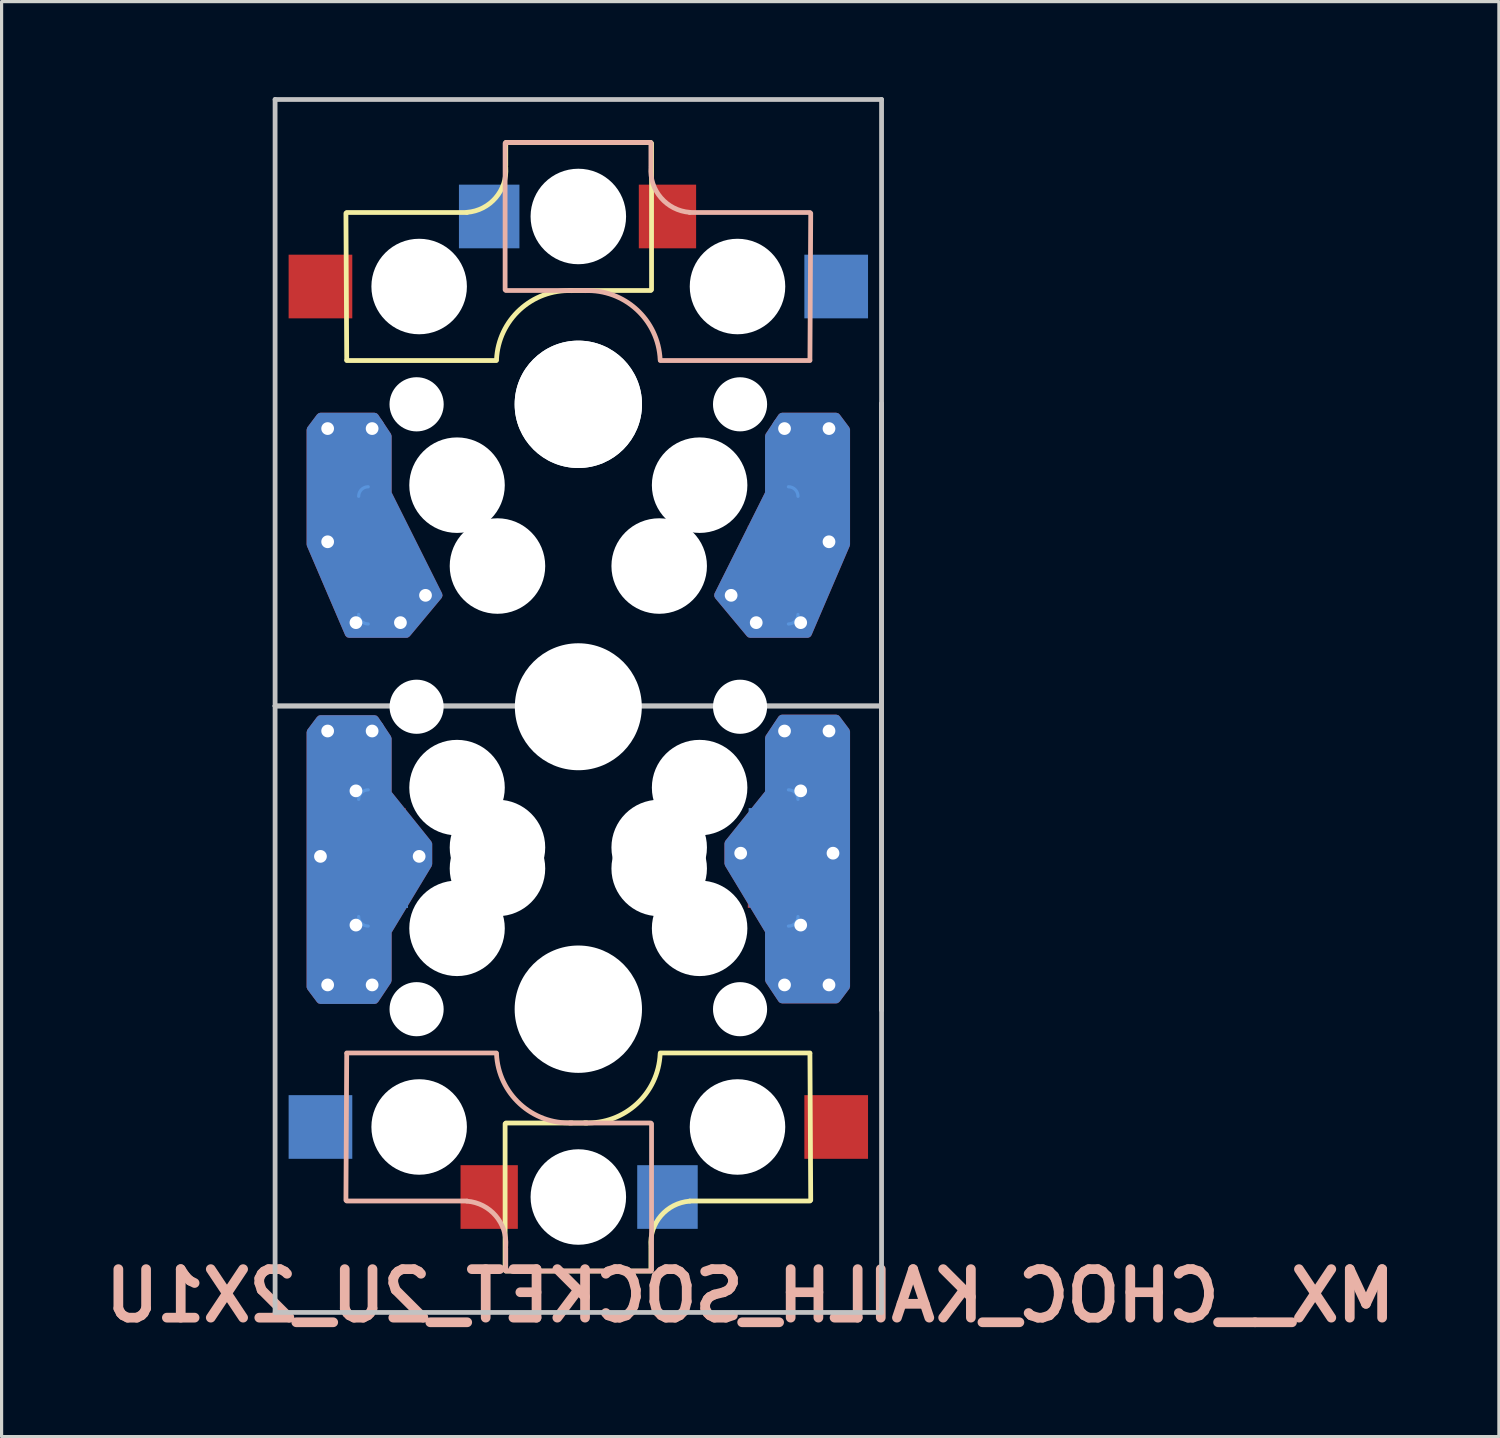
<source format=kicad_pcb>
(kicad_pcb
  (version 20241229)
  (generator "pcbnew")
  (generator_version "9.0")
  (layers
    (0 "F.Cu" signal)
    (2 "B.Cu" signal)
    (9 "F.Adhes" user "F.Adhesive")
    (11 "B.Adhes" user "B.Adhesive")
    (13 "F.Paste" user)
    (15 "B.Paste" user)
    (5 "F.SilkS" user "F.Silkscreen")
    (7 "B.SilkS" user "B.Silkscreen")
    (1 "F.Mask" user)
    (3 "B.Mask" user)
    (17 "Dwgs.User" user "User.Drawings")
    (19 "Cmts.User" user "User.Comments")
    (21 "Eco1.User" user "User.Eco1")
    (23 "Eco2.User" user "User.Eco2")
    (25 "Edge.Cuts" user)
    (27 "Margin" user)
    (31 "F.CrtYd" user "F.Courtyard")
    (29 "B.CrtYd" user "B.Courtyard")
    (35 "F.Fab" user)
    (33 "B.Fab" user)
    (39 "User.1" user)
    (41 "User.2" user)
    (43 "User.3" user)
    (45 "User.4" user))
  (footprint "MX__CHOC_KAILH_SOCKET_2U_2X1U"
    (layer "F.Cu")
    (at 15.116 19.15)
    (property "Reference" "MX__CHOC_KAILH_SOCKET_2U_2X1U" (at 5.4 18.5 0) (layer "B.SilkS") (effects (font (size 1.524 1.524) (thickness 0.305)) (justify mirror)))
    (attr through_hole)
    (fp_poly (pts (xy -6.807 5.792) (xy -7.315 5.792) (xy -7.315 5.131) (xy -6.807 5.131)) (stroke (width 0.1) (type solid)) (fill yes) (layer "B.Cu"))
    (fp_line (start -7.275 -10.9) (end -7.3 -15.5) (stroke (width 0.15) (type solid)) (layer "F.SilkS"))
    (fp_line (start -3.5 -15.525) (end -7.275 -15.525) (stroke (width 0.15) (type solid)) (layer "F.SilkS"))
    (fp_line (start -2.575 -10.875) (end -7.275 -10.875) (stroke (width 0.15) (type solid)) (layer "F.SilkS"))
    (fp_line (start -2.3 13.1) (end -2.3 17.7) (stroke (width 0.15) (type solid)) (layer "F.SilkS"))
    (fp_line (start -2.28 -17) (end -2.28 -17.7) (stroke (width 0.15) (type solid)) (layer "F.SilkS"))
    (fp_line (start -2.275 13.075) (end 0.275 13.075) (stroke (width 0.15) (type solid)) (layer "F.SilkS"))
    (fp_line (start -2.275 17.725) (end 2.275 17.725) (stroke (width 0.15) (type solid)) (layer "F.SilkS"))
    (fp_line (start 2.275 -17.725) (end -2.275 -17.725) (stroke (width 0.15) (type solid)) (layer "F.SilkS"))
    (fp_line (start 2.275 -13.075) (end -0.275 -13.075) (stroke (width 0.15) (type solid)) (layer "F.SilkS"))
    (fp_line (start 2.28 17) (end 2.28 17.7) (stroke (width 0.15) (type solid)) (layer "F.SilkS"))
    (fp_line (start 2.3 -13.1) (end 2.3 -17.7) (stroke (width 0.15) (type solid)) (layer "F.SilkS"))
    (fp_line (start 2.575 10.875) (end 7.275 10.875) (stroke (width 0.15) (type solid)) (layer "F.SilkS"))
    (fp_line (start 3.5 15.525) (end 7.275 15.525) (stroke (width 0.15) (type solid)) (layer "F.SilkS"))
    (fp_line (start 7.275 10.9) (end 7.3 15.5) (stroke (width 0.15) (type solid)) (layer "F.SilkS"))
    (fp_arc (start -2.57 -10.9) (mid -1.834422 -12.475843) (end -0.2 -13.07) (stroke (width 0.15) (type solid)) (layer "F.SilkS"))
    (fp_arc (start -2.279999 -16.949999) (mid -2.595908 -15.987329) (end -3.5 -15.53) (stroke (width 0.15) (type solid)) (layer "F.SilkS"))
    (fp_arc (start 2.279999 16.949999) (mid 2.595908 15.987329) (end 3.5 15.53) (stroke (width 0.15) (type solid)) (layer "F.SilkS"))
    (fp_arc (start 2.57 10.9) (mid 1.834422 12.475843) (end 0.2 13.07) (stroke (width 0.15) (type solid)) (layer "F.SilkS"))
    (fp_line (start -7.275 10.9) (end -7.3 15.5) (stroke (width 0.15) (type solid)) (layer "B.SilkS"))
    (fp_line (start -3.5 15.525) (end -7.275 15.525) (stroke (width 0.15) (type solid)) (layer "B.SilkS"))
    (fp_line (start -2.575 10.875) (end -7.275 10.875) (stroke (width 0.15) (type solid)) (layer "B.SilkS"))
    (fp_line (start -2.3 -13.1) (end -2.3 -17.7) (stroke (width 0.15) (type solid)) (layer "B.SilkS"))
    (fp_line (start -2.28 17) (end -2.28 17.7) (stroke (width 0.15) (type solid)) (layer "B.SilkS"))
    (fp_line (start -2.275 -17.725) (end 2.275 -17.725) (stroke (width 0.15) (type solid)) (layer "B.SilkS"))
    (fp_line (start -2.275 -13.075) (end 0.275 -13.075) (stroke (width 0.15) (type solid)) (layer "B.SilkS"))
    (fp_line (start 2.275 13.075) (end -0.275 13.075) (stroke (width 0.15) (type solid)) (layer "B.SilkS"))
    (fp_line (start 2.275 17.725) (end -2.275 17.725) (stroke (width 0.15) (type solid)) (layer "B.SilkS"))
    (fp_line (start 2.28 -17) (end 2.28 -17.7) (stroke (width 0.15) (type solid)) (layer "B.SilkS"))
    (fp_line (start 2.3 13.1) (end 2.3 17.7) (stroke (width 0.15) (type solid)) (layer "B.SilkS"))
    (fp_line (start 2.575 -10.875) (end 7.275 -10.875) (stroke (width 0.15) (type solid)) (layer "B.SilkS"))
    (fp_line (start 3.5 -15.525) (end 7.275 -15.525) (stroke (width 0.15) (type solid)) (layer "B.SilkS"))
    (fp_line (start 7.275 -10.9) (end 7.3 -15.5) (stroke (width 0.15) (type solid)) (layer "B.SilkS"))
    (fp_arc (start -3.5 15.53) (mid -2.595908 15.98733) (end -2.28 16.95) (stroke (width 0.15) (type solid)) (layer "B.SilkS"))
    (fp_arc (start -0.2 13.07) (mid -1.834422 12.475843) (end -2.57 10.9) (stroke (width 0.15) (type solid)) (layer "B.SilkS"))
    (fp_arc (start 0.2 -13.070001) (mid 1.834422 -12.475844) (end 2.57 -10.9) (stroke (width 0.15) (type solid)) (layer "B.SilkS"))
    (fp_arc (start 3.5 -15.53) (mid 2.595908 -15.98733) (end 2.28 -16.95) (stroke (width 0.15) (type solid)) (layer "B.SilkS"))
    (fp_line (start -9.525 -19.075) (end 9.525 -19.075) (stroke (width 0.15) (type solid)) (layer "Dwgs.User"))
    (fp_line (start -9.525 -0.025) (end -9.525 -19.075) (stroke (width 0.15) (type solid)) (layer "Dwgs.User"))
    (fp_line (start -9.525 -0.025) (end 9.525 -0.025) (stroke (width 0.15) (type solid)) (layer "Dwgs.User"))
    (fp_line (start -9.525 19.025) (end -9.525 -0.025) (stroke (width 0.15) (type solid)) (layer "Dwgs.User"))
    (fp_line (start 9.525 -19.075) (end 9.525 -0.025) (stroke (width 0.15) (type solid)) (layer "Dwgs.User"))
    (fp_line (start 9.525 -9.525) (end 9.525 9.525) (stroke (width 0.15) (type solid)) (layer "Dwgs.User"))
    (fp_line (start 9.525 -0.025) (end -9.525 -0.025) (stroke (width 0.15) (type solid)) (layer "Dwgs.User"))
    (fp_line (start 9.525 -0.025) (end 9.525 19.025) (stroke (width 0.15) (type solid)) (layer "Dwgs.User"))
    (fp_line (start 9.525 9.525) (end 9.525 -9.525) (stroke (width 0.15) (type solid)) (layer "Dwgs.User"))
    (fp_line (start 9.525 19.025) (end -9.525 19.025) (stroke (width 0.15) (type solid)) (layer "Dwgs.User"))
    (fp_arc (start -6.9 -6.61) (mid -6.812132 -6.822132) (end -6.6 -6.91) (stroke (width 0.1) (type solid)) (layer "Cmts.User"))
    (fp_arc (start -6.9 2.91) (mid -6.812132 2.697868) (end -6.6 2.61) (stroke (width 0.1) (type solid)) (layer "Cmts.User"))
    (fp_arc (start -6.6 -2.6) (mid -6.812132 -2.687868) (end -6.9 -2.9) (stroke (width 0.1) (type solid)) (layer "Cmts.User"))
    (fp_arc (start -6.6 6.89) (mid -6.812132 6.802132) (end -6.9 6.59) (stroke (width 0.1) (type solid)) (layer "Cmts.User"))
    (fp_arc (start 6.6 -6.91) (mid 6.812132 -6.822132) (end 6.9 -6.61) (stroke (width 0.1) (type solid)) (layer "Cmts.User"))
    (fp_arc (start 6.6 2.61) (mid 6.812132 2.697868) (end 6.9 2.91) (stroke (width 0.1) (type solid)) (layer "Cmts.User"))
    (fp_arc (start 6.9 -2.9) (mid 6.812132 -2.687868) (end 6.6 -2.6) (stroke (width 0.1) (type solid)) (layer "Cmts.User"))
    (fp_arc (start 6.9 6.59) (mid 6.812132 6.802132) (end 6.6 6.89) (stroke (width 0.1) (type solid)) (layer "Cmts.User"))
    (fp_arc (start -6.95 -6.66) (mid -6.862132 -6.872132) (end -6.65 -6.96) (stroke (width 0.1) (type solid)) (layer "Eco1.User"))
    (fp_arc (start -6.95 2.86) (mid -6.862132 2.647868) (end -6.65 2.56) (stroke (width 0.1) (type solid)) (layer "Eco1.User"))
    (fp_arc (start -6.65 -2.55) (mid -6.862132 -2.637868) (end -6.95 -2.85) (stroke (width 0.1) (type solid)) (layer "Eco1.User"))
    (fp_arc (start -6.65 6.94) (mid -6.862132 6.852132) (end -6.95 6.64) (stroke (width 0.1) (type solid)) (layer "Eco1.User"))
    (fp_arc (start 6.65 -6.96) (mid 6.862132 -6.872132) (end 6.95 -6.66) (stroke (width 0.1) (type solid)) (layer "Eco1.User"))
    (fp_arc (start 6.65 2.56) (mid 6.862132 2.647868) (end 6.95 2.86) (stroke (width 0.1) (type solid)) (layer "Eco1.User"))
    (fp_arc (start 6.95 -2.85) (mid 6.862132 -2.637868) (end 6.65 -2.55) (stroke (width 0.1) (type solid)) (layer "Eco1.User"))
    (fp_arc (start 6.95 6.64) (mid 6.862132 6.852132) (end 6.65 6.94) (stroke (width 0.1) (type solid)) (layer "Eco1.User"))
    (fp_line (start -9 -18.5) (end 9 -18.5) (stroke (width 0.12) (type solid)) (layer "Eco2.User"))
    (fp_line (start -9 -0.5) (end 9 -0.5) (stroke (width 0.12) (type solid)) (layer "Eco2.User"))
    (fp_line (start -9 18.5) (end -9 -18.5) (stroke (width 0.12) (type solid)) (layer "Eco2.User"))
    (fp_line (start -7 -16.5) (end 7 -16.5) (stroke (width 0.15) (type solid)) (layer "Eco2.User"))
    (fp_line (start -7 -2.5) (end -7 -16.5) (stroke (width 0.15) (type solid)) (layer "Eco2.User"))
    (fp_line (start -7 2.5) (end 7 2.5) (stroke (width 0.15) (type solid)) (layer "Eco2.User"))
    (fp_line (start -7 16.5) (end -7 2.5) (stroke (width 0.15) (type solid)) (layer "Eco2.User"))
    (fp_line (start 7 -16.5) (end 7 -2.5) (stroke (width 0.15) (type solid)) (layer "Eco2.User"))
    (fp_line (start 7 -2.5) (end -7 -2.5) (stroke (width 0.15) (type solid)) (layer "Eco2.User"))
    (fp_line (start 7 2.5) (end 7 16.5) (stroke (width 0.15) (type solid)) (layer "Eco2.User"))
    (fp_line (start 7 16.5) (end -7 16.5) (stroke (width 0.15) (type solid)) (layer "Eco2.User"))
    (fp_line (start 9 -18.5) (end 9 18.5) (stroke (width 0.12) (type solid)) (layer "Eco2.User"))
    (fp_line (start 9 0.5) (end -9 0.5) (stroke (width 0.12) (type solid)) (layer "Eco2.User"))
    (fp_line (start 9 18.5) (end -9 18.5) (stroke (width 0.12) (type solid)) (layer "Eco2.User"))
    (pad "" np_thru_hole circle (at -5.08 -9.5 180) (size 1.702 1.702) (drill 1.702) (layers "*.Cu" "*.Mask"))
    (pad "" np_thru_hole circle (at -5.08 0) (size 1.7 1.7) (drill 1.7) (layers "*.Cu" "*.Mask"))
    (pad "" np_thru_hole circle (at -5.08 9.5) (size 1.7 1.7) (drill 1.7) (layers "*.Cu" "*.Mask"))
    (pad "" np_thru_hole circle (at -5 -13.2 270) (size 3 3) (drill 3) (layers "*.Cu" "*.Mask"))
    (pad "" np_thru_hole circle (at -5 13.2 270) (size 3 3) (drill 3) (layers "*.Cu" "*.Mask"))
    (pad "" np_thru_hole circle (at -3.81 -6.96 180) (size 3 3) (drill 3) (layers "*.Cu" "*.Mask"))
    (pad "" np_thru_hole circle (at -3.81 2.54 180) (size 3 3) (drill 3) (layers "*.Cu" "*.Mask"))
    (pad "" np_thru_hole circle (at -3.81 6.96) (size 3 3) (drill 3) (layers "*.Cu" "*.Mask"))
    (pad "" np_thru_hole circle (at -2.54 -4.42 180) (size 3 3) (drill 3) (layers "*.Cu" "*.Mask"))
    (pad "" np_thru_hole circle (at -2.54 4.42) (size 3 3) (drill 3) (layers "*.Cu" "*.Mask"))
    (pad "" np_thru_hole circle (at -2.54 5.08 180) (size 3 3) (drill 3) (layers "*.Cu" "*.Mask"))
    (pad "" np_thru_hole circle (at 0 -15.4 90) (size 3 3) (drill 3) (layers "*.Cu" "*.Mask"))
    (pad "" np_thru_hole circle (at 0 -9.5 90) (size 4 4) (drill 4) (layers "*.Cu" "*.Mask"))
    (pad "" np_thru_hole circle (at 0 -9.5 270) (size 4 4) (drill 4) (layers "*.Cu" "*.Mask"))
    (pad "" np_thru_hole circle (at 0 0 180) (size 3.988 3.988) (drill 3.988) (layers "*.Cu" "*.Mask"))
    (pad "" np_thru_hole circle (at 0 9.5 270) (size 4 4) (drill 4) (layers "*.Cu" "*.Mask"))
    (pad "" np_thru_hole circle (at 0 15.4 270) (size 3 3) (drill 3) (layers "*.Cu" "*.Mask"))
    (pad "" np_thru_hole circle (at 2.54 -4.42 180) (size 3 3) (drill 3) (layers "*.Cu" "*.Mask"))
    (pad "" np_thru_hole circle (at 2.54 4.42) (size 3 3) (drill 3) (layers "*.Cu" "*.Mask"))
    (pad "" np_thru_hole circle (at 2.54 5.08 180) (size 3 3) (drill 3) (layers "*.Cu" "*.Mask"))
    (pad "" np_thru_hole circle (at 3.81 -6.96 180) (size 3 3) (drill 3) (layers "*.Cu" "*.Mask"))
    (pad "" np_thru_hole circle (at 3.81 2.54 180) (size 3 3) (drill 3) (layers "*.Cu" "*.Mask"))
    (pad "" np_thru_hole circle (at 3.81 6.96) (size 3 3) (drill 3) (layers "*.Cu" "*.Mask"))
    (pad "" np_thru_hole circle (at 5 -13.2 90) (size 3 3) (drill 3) (layers "*.Cu" "*.Mask"))
    (pad "" np_thru_hole circle (at 5 13.2 90) (size 3 3) (drill 3) (layers "*.Cu" "*.Mask"))
    (pad "" np_thru_hole circle (at 5.08 -9.5) (size 1.7 1.7) (drill 1.7) (layers "*.Cu" "*.Mask"))
    (pad "" np_thru_hole circle (at 5.08 0) (size 1.7 1.7) (drill 1.7) (layers "*.Cu" "*.Mask"))
    (pad "" np_thru_hole circle (at 5.08 9.5) (size 1.7 1.7) (drill 1.7) (layers "*.Cu" "*.Mask"))
    (pad "A" smd rect (at -8.1 -13.2 180) (size 2 2) (layers "F.Cu" "F.Mask" "F.Paste"))
    (pad "A" thru_hole circle (at 4.8 -3.5 180) (size 0.8 0.8) (drill 0.4) (layers "*.Cu"))
    (pad "A" thru_hole circle (at 5.588 -2.642 180) (size 0.8 0.8) (drill 0.4) (layers "*.Cu"))
    (pad "A" smd rect (at 6.399 -4.433) (size 2.15 2.5) (layers "F.Cu" "F.Mask"))
    (pad "A" thru_hole circle (at 6.477 -8.738 180) (size 0.8 0.8) (drill 0.4) (layers "*.Cu"))
    (pad "A" smd custom (at 6.499 -4.433) (size 2.15 2.5) (layers "F.Cu") (options (anchor rect)) (primitives (gr_poly (pts (xy -0.499 -4.067) (xy -0.499 -2.267) (xy -2.099 0.933) (xy -1.099 2.133) (xy 0.701 2.133) (xy 1.901 -0.667) (xy 1.901 -4.267) (xy 1.601 -4.667) (xy -0.099 -4.667)) (width 0.27) (fill yes))))
    (pad "A" thru_hole circle (at 6.985 -2.642 180) (size 0.8 0.8) (drill 0.4) (layers "*.Cu"))
    (pad "A" smd rect (at 7.2 -6.96) (size 2.35 2.5) (layers "B.Cu" "B.Mask"))
    (pad "A" smd custom (at 7.285 -6.96) (size 2.35 2.5) (layers "B.Cu") (options (anchor rect)) (primitives (gr_poly (pts (xy -1.285 -1.54) (xy -1.285 0.26) (xy -2.885 3.46) (xy -1.885 4.66) (xy -0.085 4.66) (xy 1.115 1.86) (xy 1.115 -1.74) (xy 0.815 -2.14) (xy -0.885 -2.14)) (width 0.27) (fill yes))))
    (pad "A" thru_hole circle (at 7.874 -8.738 180) (size 0.8 0.8) (drill 0.4) (layers "*.Cu"))
    (pad "A" thru_hole circle (at 7.874 -5.182 180) (size 0.8 0.8) (drill 0.4) (layers "*.Cu"))
    (pad "A" smd rect (at 8.1 -13.2 180) (size 2 2) (layers "B.Cu" "B.Mask" "B.Paste"))
    (pad "B" thru_hole circle (at -7.874 -8.738 180) (size 0.8 0.8) (drill 0.4) (layers "*.Cu"))
    (pad "B" thru_hole circle (at -7.874 -5.182 180) (size 0.8 0.8) (drill 0.4) (layers "*.Cu"))
    (pad "B" smd rect (at -7.212 -6.96 180) (size 2.35 2.5) (layers "F.Cu" "F.Mask"))
    (pad "B" smd custom (at -7.212 -6.96) (size 2.35 2.5) (layers "F.Cu") (options (anchor rect)) (primitives (gr_poly (pts (xy 1.212 -1.54) (xy 1.212 0.26) (xy 2.812 3.46) (xy 1.812 4.66) (xy 0.012 4.66) (xy -1.188 1.86) (xy -1.188 -1.74) (xy -0.888 -2.14) (xy 0.812 -2.14)) (width 0.27) (fill yes))))
    (pad "B" thru_hole circle (at -6.985 -2.642 180) (size 0.8 0.8) (drill 0.4) (layers "*.Cu"))
    (pad "B" thru_hole circle (at -6.477 -8.738 180) (size 0.8 0.8) (drill 0.4) (layers "*.Cu"))
    (pad "B" smd rect (at -6.425 -4.433 180) (size 2.15 2.5) (layers "B.Cu" "B.Mask"))
    (pad "B" smd custom (at -6.425 -4.433) (size 2.15 2.5) (layers "B.Cu") (options (anchor rect)) (primitives (gr_poly (pts (xy 0.425 -4.067) (xy 0.425 -2.267) (xy 2.025 0.933) (xy 1.025 2.133) (xy -0.775 2.133) (xy -1.975 -0.667) (xy -1.975 -4.267) (xy -1.675 -4.667) (xy 0.025 -4.667)) (width 0.27) (fill yes))))
    (pad "B" thru_hole circle (at -5.588 -2.642 180) (size 0.8 0.8) (drill 0.4) (layers "*.Cu"))
    (pad "B" thru_hole circle (at -4.8 -3.5 180) (size 0.8 0.8) (drill 0.4) (layers "*.Cu"))
    (pad "B" smd rect (at -2.8 -15.4 180) (size 1.9 2) (layers "B.Cu" "B.Mask" "B.Paste"))
    (pad "B" smd rect (at 2.8 -15.4 180) (size 1.8 2) (layers "F.Cu" "F.Mask" "F.Paste"))
    (pad "C" smd rect (at -2.8 15.4) (size 1.8 2) (layers "F.Cu" "F.Mask" "F.Paste"))
    (pad "C" smd rect (at 2.8 15.4) (size 1.9 2) (layers "B.Cu" "B.Mask" "B.Paste"))
    (pad "C" thru_hole circle (at 5.1 4.6 180) (size 0.8 0.8) (drill 0.4) (layers "*.Cu"))
    (pad "C" smd rect (at 6.399 5.067) (size 2.15 2.5) (layers "F.Cu" "F.Mask"))
    (pad "C" smd rect (at 6.425 4.433) (size 2.15 2.5) (layers "B.Cu" "B.Mask"))
    (pad "C" smd custom (at 6.425 5.05) (size 2.15 2.5) (layers "F.Cu") (options (anchor rect)) (primitives (gr_poly (pts (xy -0.425 3.533) (xy -0.425 1.989) (xy -1.7 -0.124) (xy -1.7 -0.755) (xy -0.425 -2.342) (xy -0.425 -4.067) (xy -0.025 -4.667) (xy 1.675 -4.667) (xy 1.975 -4.267) (xy 1.975 0.133) (xy 1.975 3.733) (xy 1.675 4.133) (xy -0.025 4.133)) (width 0.27) (fill yes))))
    (pad "C" smd custom (at 6.425 5.05) (size 2.15 2.5) (layers "B.Cu") (options (anchor rect)) (primitives (gr_poly (pts (xy -0.425 3.533) (xy -0.425 1.989) (xy -1.7 -0.124) (xy -1.7 -0.755) (xy -0.425 -2.342) (xy -0.425 -4.067) (xy -0.025 -4.667) (xy 1.675 -4.667) (xy 1.975 -4.267) (xy 1.975 0.133) (xy 1.975 3.733) (xy 1.675 4.133) (xy -0.025 4.133)) (width 0.27) (fill yes))))
    (pad "C" thru_hole circle (at 6.477 0.762 180) (size 0.8 0.8) (drill 0.4) (layers "*.Cu"))
    (pad "C" thru_hole circle (at 6.477 8.738) (size 0.8 0.8) (drill 0.4) (layers "*.Cu"))
    (pad "C" thru_hole circle (at 6.985 2.642) (size 0.8 0.8) (drill 0.4) (layers "*.Cu"))
    (pad "C" thru_hole circle (at 6.985 6.858 180) (size 0.8 0.8) (drill 0.4) (layers "*.Cu"))
    (pad "C" smd rect (at 7.2 2.54) (size 2.35 2.5) (layers "B.Cu" "B.Mask"))
    (pad "C" smd rect (at 7.212 6.96) (size 2.35 2.5) (layers "F.Cu" "F.Mask"))
    (pad "C" thru_hole circle (at 7.874 0.762 180) (size 0.8 0.8) (drill 0.4) (layers "*.Cu"))
    (pad "C" thru_hole circle (at 7.874 8.738) (size 0.8 0.8) (drill 0.4) (layers "*.Cu"))
    (pad "C" thru_hole circle (at 8 4.6 180) (size 0.8 0.8) (drill 0.4) (layers "*.Cu"))
    (pad "D" thru_hole circle (at -8.1 4.7 180) (size 0.8 0.8) (drill 0.4) (layers "*.Cu"))
    (pad "D" smd rect (at -8.1 13.2) (size 2 2) (layers "B.Cu" "B.Mask" "B.Paste"))
    (pad "D" thru_hole circle (at -7.874 0.762 180) (size 0.8 0.8) (drill 0.4) (layers "*.Cu"))
    (pad "D" thru_hole circle (at -7.874 8.738) (size 0.8 0.8) (drill 0.4) (layers "*.Cu"))
    (pad "D" smd rect (at -7.212 2.54 180) (size 2.35 2.5) (layers "F.Cu" "F.Mask"))
    (pad "D" smd rect (at -7.2 6.96 180) (size 2.35 2.5) (layers "B.Cu" "B.Mask"))
    (pad "D" thru_hole circle (at -6.985 2.642) (size 0.8 0.8) (drill 0.4) (layers "*.Cu"))
    (pad "D" thru_hole circle (at -6.985 6.858 180) (size 0.8 0.8) (drill 0.4) (layers "*.Cu"))
    (pad "D" smd rect (at -6.499 4.433 180) (size 2.15 2.5) (layers "F.Cu" "F.Mask"))
    (pad "D" thru_hole circle (at -6.477 0.762 180) (size 0.8 0.8) (drill 0.4) (layers "*.Cu"))
    (pad "D" thru_hole circle (at -6.477 8.738) (size 0.8 0.8) (drill 0.4) (layers "*.Cu"))
    (pad "D" smd rect (at -6.425 5.067) (size 2.15 2.5) (layers "B.Cu" "B.Mask"))
    (pad "D" smd custom (at -6.425 5.067) (size 2.15 2.5) (layers "F.Cu") (options (anchor rect)) (primitives (gr_poly (pts (xy 0.425 3.533) (xy 0.425 1.989) (xy 1.7 -0.124) (xy 1.7 -0.755) (xy 0.425 -2.342) (xy 0.425 -4.067) (xy 0.025 -4.667) (xy -1.675 -4.667) (xy -1.975 -4.267) (xy -1.975 0.133) (xy -1.975 3.733) (xy -1.675 4.133) (xy 0.025 4.133)) (width 0.27) (fill yes))))
    (pad "D" smd custom (at -6.425 5.067) (size 2.15 2.5) (layers "B.Cu") (options (anchor rect)) (primitives (gr_poly (pts (xy 0.425 3.533) (xy 0.425 1.989) (xy 1.7 -0.124) (xy 1.7 -0.755) (xy 0.425 -2.342) (xy 0.425 -4.067) (xy 0.025 -4.667) (xy -1.675 -4.667) (xy -1.975 -4.267) (xy -1.975 0.133) (xy -1.975 3.733) (xy -1.675 4.133) (xy 0.025 4.133)) (width 0.27) (fill yes))))
    (pad "D" thru_hole circle (at -5 4.7) (size 0.8 0.8) (drill 0.4) (layers "*.Cu"))
    (pad "D" smd rect (at 8.1 13.2) (size 2 2) (layers "F.Cu" "F.Mask" "F.Paste")))
  (gr_rect
    (start -3 -3)
    (end 44.032 42.076)
    (stroke (width 0.1) (type default))
    (fill no)
    (layer "Edge.Cuts")))
</source>
